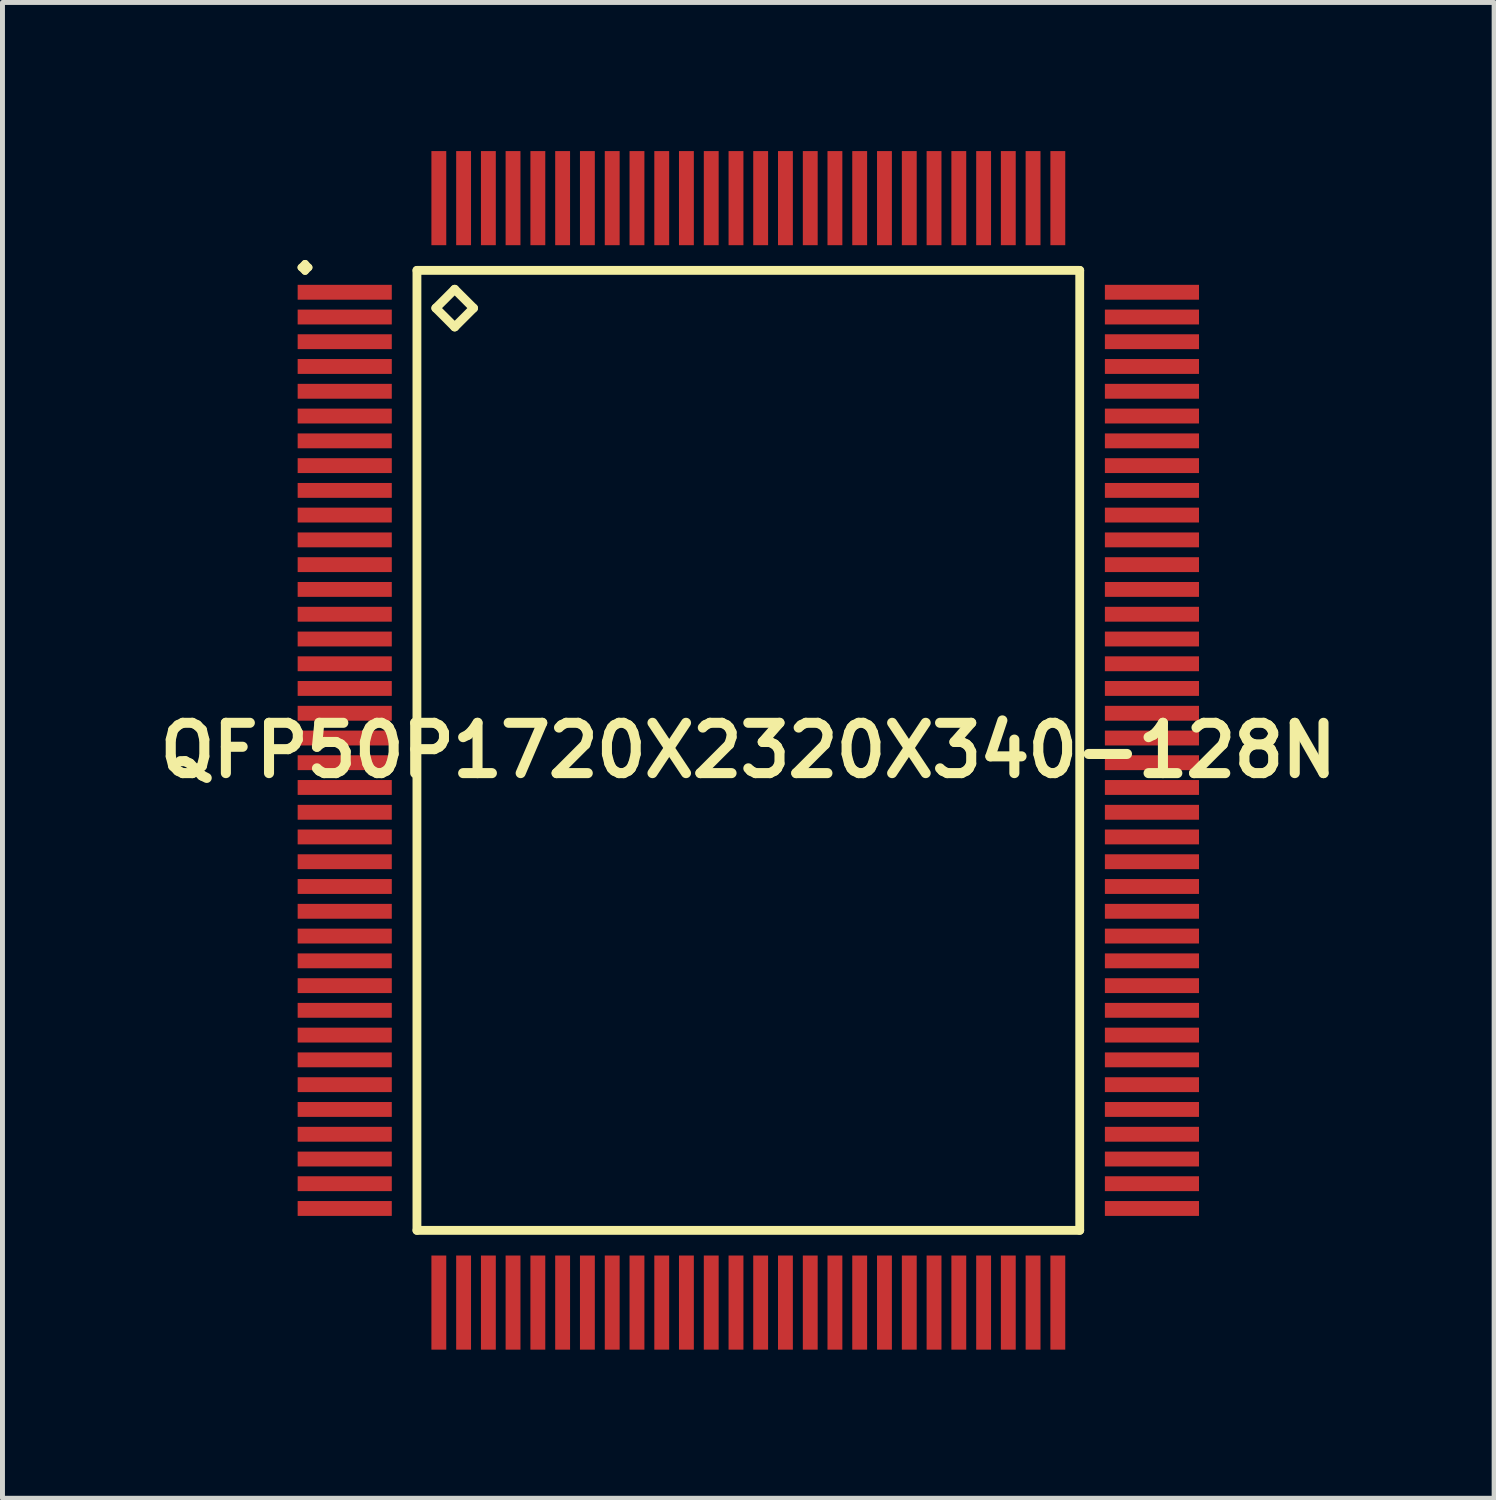
<source format=kicad_pcb>
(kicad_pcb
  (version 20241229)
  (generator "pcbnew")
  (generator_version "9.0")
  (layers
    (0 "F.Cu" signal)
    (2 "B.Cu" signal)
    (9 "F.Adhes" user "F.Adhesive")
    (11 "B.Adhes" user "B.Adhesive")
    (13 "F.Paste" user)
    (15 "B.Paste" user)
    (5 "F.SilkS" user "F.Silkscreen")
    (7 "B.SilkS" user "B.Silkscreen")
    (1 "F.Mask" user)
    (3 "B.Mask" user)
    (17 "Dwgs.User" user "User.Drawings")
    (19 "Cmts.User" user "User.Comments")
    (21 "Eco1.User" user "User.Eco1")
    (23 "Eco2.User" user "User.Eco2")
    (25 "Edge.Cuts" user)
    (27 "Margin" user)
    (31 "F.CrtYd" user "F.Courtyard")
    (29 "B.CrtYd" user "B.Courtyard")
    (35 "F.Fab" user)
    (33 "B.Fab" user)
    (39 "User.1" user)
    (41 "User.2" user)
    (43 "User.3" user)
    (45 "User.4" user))
  (footprint "QFP50P1720X2320X340-128N"
    (layer "F.Cu")
    (at 12.057 12.098)
    (property "Reference" "QFP50P1720X2320X340-128N" (at 0 0 0) (layer "F.SilkS") (effects (font (size 1.016 1.016) (thickness 0.203))))
    (attr smd)
    (fp_line (start -9.025 -9.749) (end -8.948 -9.825) (stroke (width 0.15) (type solid)) (layer "F.SilkS"))
    (fp_line (start -8.948 -9.825) (end -8.875 -9.749) (stroke (width 0.15) (type solid)) (layer "F.SilkS"))
    (fp_line (start -8.948 -9.675) (end -9.025 -9.749) (stroke (width 0.15) (type solid)) (layer "F.SilkS"))
    (fp_line (start -8.875 -9.749) (end -8.948 -9.675) (stroke (width 0.15) (type solid)) (layer "F.SilkS"))
    (fp_line (start -6.69 -9.69) (end -6.69 9.69) (stroke (width 0.178) (type solid)) (layer "F.SilkS"))
    (fp_line (start -6.69 9.69) (end 6.69 9.69) (stroke (width 0.178) (type solid)) (layer "F.SilkS"))
    (fp_line (start -6.309 -8.928) (end -5.928 -9.309) (stroke (width 0.178) (type solid)) (layer "F.SilkS"))
    (fp_line (start -5.928 -9.309) (end -5.547 -8.928) (stroke (width 0.178) (type solid)) (layer "F.SilkS"))
    (fp_line (start -5.928 -8.547) (end -6.309 -8.928) (stroke (width 0.178) (type solid)) (layer "F.SilkS"))
    (fp_line (start -5.547 -8.928) (end -5.928 -8.547) (stroke (width 0.178) (type solid)) (layer "F.SilkS"))
    (fp_line (start 6.69 -9.69) (end -6.69 -9.69) (stroke (width 0.178) (type solid)) (layer "F.SilkS"))
    (fp_line (start 6.69 9.69) (end 6.69 -9.69) (stroke (width 0.178) (type solid)) (layer "F.SilkS"))
    (pad "1" smd rect (at -8.148 -9.248) (size 1.9 0.3) (layers "F.Cu" "F.Mask" "F.Paste"))
    (pad "2" smd rect (at -8.148 -8.748) (size 1.9 0.3) (layers "F.Cu" "F.Mask" "F.Paste"))
    (pad "3" smd rect (at -8.148 -8.25) (size 1.9 0.3) (layers "F.Cu" "F.Mask" "F.Paste"))
    (pad "4" smd rect (at -8.148 -7.75) (size 1.9 0.3) (layers "F.Cu" "F.Mask" "F.Paste"))
    (pad "5" smd rect (at -8.148 -7.249) (size 1.9 0.3) (layers "F.Cu" "F.Mask" "F.Paste"))
    (pad "6" smd rect (at -8.148 -6.749) (size 1.9 0.3) (layers "F.Cu" "F.Mask" "F.Paste"))
    (pad "7" smd rect (at -8.148 -6.248) (size 1.9 0.3) (layers "F.Cu" "F.Mask" "F.Paste"))
    (pad "8" smd rect (at -8.148 -5.748) (size 1.9 0.3) (layers "F.Cu" "F.Mask" "F.Paste"))
    (pad "9" smd rect (at -8.148 -5.248) (size 1.9 0.3) (layers "F.Cu" "F.Mask" "F.Paste"))
    (pad "10" smd rect (at -8.148 -4.75) (size 1.9 0.3) (layers "F.Cu" "F.Mask" "F.Paste"))
    (pad "11" smd rect (at -8.148 -4.249) (size 1.9 0.3) (layers "F.Cu" "F.Mask" "F.Paste"))
    (pad "12" smd rect (at -8.148 -3.749) (size 1.9 0.3) (layers "F.Cu" "F.Mask" "F.Paste"))
    (pad "13" smd rect (at -8.148 -3.249) (size 1.9 0.3) (layers "F.Cu" "F.Mask" "F.Paste"))
    (pad "14" smd rect (at -8.148 -2.748) (size 1.9 0.3) (layers "F.Cu" "F.Mask" "F.Paste"))
    (pad "15" smd rect (at -8.148 -2.248) (size 1.9 0.3) (layers "F.Cu" "F.Mask" "F.Paste"))
    (pad "16" smd rect (at -8.148 -1.748) (size 1.9 0.3) (layers "F.Cu" "F.Mask" "F.Paste"))
    (pad "17" smd rect (at -8.148 -1.25) (size 1.9 0.3) (layers "F.Cu" "F.Mask" "F.Paste"))
    (pad "18" smd rect (at -8.148 -0.749) (size 1.9 0.3) (layers "F.Cu" "F.Mask" "F.Paste"))
    (pad "19" smd rect (at -8.148 -0.249) (size 1.9 0.3) (layers "F.Cu" "F.Mask" "F.Paste"))
    (pad "20" smd rect (at -8.148 0.249) (size 1.9 0.3) (layers "F.Cu" "F.Mask" "F.Paste"))
    (pad "21" smd rect (at -8.148 0.749) (size 1.9 0.3) (layers "F.Cu" "F.Mask" "F.Paste"))
    (pad "22" smd rect (at -8.148 1.25) (size 1.9 0.3) (layers "F.Cu" "F.Mask" "F.Paste"))
    (pad "23" smd rect (at -8.148 1.748) (size 1.9 0.3) (layers "F.Cu" "F.Mask" "F.Paste"))
    (pad "24" smd rect (at -8.148 2.248) (size 1.9 0.3) (layers "F.Cu" "F.Mask" "F.Paste"))
    (pad "25" smd rect (at -8.148 2.748) (size 1.9 0.3) (layers "F.Cu" "F.Mask" "F.Paste"))
    (pad "26" smd rect (at -8.148 3.249) (size 1.9 0.3) (layers "F.Cu" "F.Mask" "F.Paste"))
    (pad "27" smd rect (at -8.148 3.749) (size 1.9 0.3) (layers "F.Cu" "F.Mask" "F.Paste"))
    (pad "28" smd rect (at -8.148 4.249) (size 1.9 0.3) (layers "F.Cu" "F.Mask" "F.Paste"))
    (pad "29" smd rect (at -8.148 4.75) (size 1.9 0.3) (layers "F.Cu" "F.Mask" "F.Paste"))
    (pad "30" smd rect (at -8.148 5.248) (size 1.9 0.3) (layers "F.Cu" "F.Mask" "F.Paste"))
    (pad "31" smd rect (at -8.148 5.748) (size 1.9 0.3) (layers "F.Cu" "F.Mask" "F.Paste"))
    (pad "32" smd rect (at -8.148 6.248) (size 1.9 0.3) (layers "F.Cu" "F.Mask" "F.Paste"))
    (pad "33" smd rect (at -8.148 6.749) (size 1.9 0.3) (layers "F.Cu" "F.Mask" "F.Paste"))
    (pad "34" smd rect (at -8.148 7.249) (size 1.9 0.3) (layers "F.Cu" "F.Mask" "F.Paste"))
    (pad "35" smd rect (at -8.148 7.75) (size 1.9 0.3) (layers "F.Cu" "F.Mask" "F.Paste"))
    (pad "36" smd rect (at -8.148 8.25) (size 1.9 0.3) (layers "F.Cu" "F.Mask" "F.Paste"))
    (pad "37" smd rect (at -8.148 8.748) (size 1.9 0.3) (layers "F.Cu" "F.Mask" "F.Paste"))
    (pad "38" smd rect (at -8.148 9.248) (size 1.9 0.3) (layers "F.Cu" "F.Mask" "F.Paste"))
    (pad "39" smd rect (at -6.248 11.148) (size 0.3 1.9) (layers "F.Cu" "F.Mask" "F.Paste"))
    (pad "40" smd rect (at -5.748 11.148) (size 0.3 1.9) (layers "F.Cu" "F.Mask" "F.Paste"))
    (pad "41" smd rect (at -5.248 11.148) (size 0.3 1.9) (layers "F.Cu" "F.Mask" "F.Paste"))
    (pad "42" smd rect (at -4.75 11.148) (size 0.3 1.9) (layers "F.Cu" "F.Mask" "F.Paste"))
    (pad "43" smd rect (at -4.249 11.148) (size 0.3 1.9) (layers "F.Cu" "F.Mask" "F.Paste"))
    (pad "44" smd rect (at -3.749 11.148) (size 0.3 1.9) (layers "F.Cu" "F.Mask" "F.Paste"))
    (pad "45" smd rect (at -3.249 11.148) (size 0.3 1.9) (layers "F.Cu" "F.Mask" "F.Paste"))
    (pad "46" smd rect (at -2.748 11.148) (size 0.3 1.9) (layers "F.Cu" "F.Mask" "F.Paste"))
    (pad "47" smd rect (at -2.248 11.148) (size 0.3 1.9) (layers "F.Cu" "F.Mask" "F.Paste"))
    (pad "48" smd rect (at -1.748 11.148) (size 0.3 1.9) (layers "F.Cu" "F.Mask" "F.Paste"))
    (pad "49" smd rect (at -1.25 11.148) (size 0.3 1.9) (layers "F.Cu" "F.Mask" "F.Paste"))
    (pad "50" smd rect (at -0.749 11.148) (size 0.3 1.9) (layers "F.Cu" "F.Mask" "F.Paste"))
    (pad "51" smd rect (at -0.249 11.148) (size 0.3 1.9) (layers "F.Cu" "F.Mask" "F.Paste"))
    (pad "52" smd rect (at 0.249 11.148) (size 0.3 1.9) (layers "F.Cu" "F.Mask" "F.Paste"))
    (pad "53" smd rect (at 0.749 11.148) (size 0.3 1.9) (layers "F.Cu" "F.Mask" "F.Paste"))
    (pad "54" smd rect (at 1.25 11.148) (size 0.3 1.9) (layers "F.Cu" "F.Mask" "F.Paste"))
    (pad "55" smd rect (at 1.748 11.148) (size 0.3 1.9) (layers "F.Cu" "F.Mask" "F.Paste"))
    (pad "56" smd rect (at 2.248 11.148) (size 0.3 1.9) (layers "F.Cu" "F.Mask" "F.Paste"))
    (pad "57" smd rect (at 2.748 11.148) (size 0.3 1.9) (layers "F.Cu" "F.Mask" "F.Paste"))
    (pad "58" smd rect (at 3.249 11.148) (size 0.3 1.9) (layers "F.Cu" "F.Mask" "F.Paste"))
    (pad "59" smd rect (at 3.749 11.148) (size 0.3 1.9) (layers "F.Cu" "F.Mask" "F.Paste"))
    (pad "60" smd rect (at 4.249 11.148) (size 0.3 1.9) (layers "F.Cu" "F.Mask" "F.Paste"))
    (pad "61" smd rect (at 4.75 11.148) (size 0.3 1.9) (layers "F.Cu" "F.Mask" "F.Paste"))
    (pad "62" smd rect (at 5.248 11.148) (size 0.3 1.9) (layers "F.Cu" "F.Mask" "F.Paste"))
    (pad "63" smd rect (at 5.748 11.148) (size 0.3 1.9) (layers "F.Cu" "F.Mask" "F.Paste"))
    (pad "64" smd rect (at 6.248 11.148) (size 0.3 1.9) (layers "F.Cu" "F.Mask" "F.Paste"))
    (pad "65" smd rect (at 8.148 9.248) (size 1.9 0.3) (layers "F.Cu" "F.Mask" "F.Paste"))
    (pad "66" smd rect (at 8.148 8.748) (size 1.9 0.3) (layers "F.Cu" "F.Mask" "F.Paste"))
    (pad "67" smd rect (at 8.148 8.25) (size 1.9 0.3) (layers "F.Cu" "F.Mask" "F.Paste"))
    (pad "68" smd rect (at 8.148 7.75) (size 1.9 0.3) (layers "F.Cu" "F.Mask" "F.Paste"))
    (pad "69" smd rect (at 8.148 7.249) (size 1.9 0.3) (layers "F.Cu" "F.Mask" "F.Paste"))
    (pad "70" smd rect (at 8.148 6.749) (size 1.9 0.3) (layers "F.Cu" "F.Mask" "F.Paste"))
    (pad "71" smd rect (at 8.148 6.248) (size 1.9 0.3) (layers "F.Cu" "F.Mask" "F.Paste"))
    (pad "72" smd rect (at 8.148 5.748) (size 1.9 0.3) (layers "F.Cu" "F.Mask" "F.Paste"))
    (pad "73" smd rect (at 8.148 5.248) (size 1.9 0.3) (layers "F.Cu" "F.Mask" "F.Paste"))
    (pad "74" smd rect (at 8.148 4.75) (size 1.9 0.3) (layers "F.Cu" "F.Mask" "F.Paste"))
    (pad "75" smd rect (at 8.148 4.249) (size 1.9 0.3) (layers "F.Cu" "F.Mask" "F.Paste"))
    (pad "76" smd rect (at 8.148 3.749) (size 1.9 0.3) (layers "F.Cu" "F.Mask" "F.Paste"))
    (pad "77" smd rect (at 8.148 3.249) (size 1.9 0.3) (layers "F.Cu" "F.Mask" "F.Paste"))
    (pad "78" smd rect (at 8.148 2.748) (size 1.9 0.3) (layers "F.Cu" "F.Mask" "F.Paste"))
    (pad "79" smd rect (at 8.148 2.248) (size 1.9 0.3) (layers "F.Cu" "F.Mask" "F.Paste"))
    (pad "80" smd rect (at 8.148 1.748) (size 1.9 0.3) (layers "F.Cu" "F.Mask" "F.Paste"))
    (pad "81" smd rect (at 8.148 1.25) (size 1.9 0.3) (layers "F.Cu" "F.Mask" "F.Paste"))
    (pad "82" smd rect (at 8.148 0.749) (size 1.9 0.3) (layers "F.Cu" "F.Mask" "F.Paste"))
    (pad "83" smd rect (at 8.148 0.249) (size 1.9 0.3) (layers "F.Cu" "F.Mask" "F.Paste"))
    (pad "84" smd rect (at 8.148 -0.249) (size 1.9 0.3) (layers "F.Cu" "F.Mask" "F.Paste"))
    (pad "85" smd rect (at 8.148 -0.749) (size 1.9 0.3) (layers "F.Cu" "F.Mask" "F.Paste"))
    (pad "86" smd rect (at 8.148 -1.25) (size 1.9 0.3) (layers "F.Cu" "F.Mask" "F.Paste"))
    (pad "87" smd rect (at 8.148 -1.748) (size 1.9 0.3) (layers "F.Cu" "F.Mask" "F.Paste"))
    (pad "88" smd rect (at 8.148 -2.248) (size 1.9 0.3) (layers "F.Cu" "F.Mask" "F.Paste"))
    (pad "89" smd rect (at 8.148 -2.748) (size 1.9 0.3) (layers "F.Cu" "F.Mask" "F.Paste"))
    (pad "90" smd rect (at 8.148 -3.249) (size 1.9 0.3) (layers "F.Cu" "F.Mask" "F.Paste"))
    (pad "91" smd rect (at 8.148 -3.749) (size 1.9 0.3) (layers "F.Cu" "F.Mask" "F.Paste"))
    (pad "92" smd rect (at 8.148 -4.249) (size 1.9 0.3) (layers "F.Cu" "F.Mask" "F.Paste"))
    (pad "93" smd rect (at 8.148 -4.75) (size 1.9 0.3) (layers "F.Cu" "F.Mask" "F.Paste"))
    (pad "94" smd rect (at 8.148 -5.248) (size 1.9 0.3) (layers "F.Cu" "F.Mask" "F.Paste"))
    (pad "95" smd rect (at 8.148 -5.748) (size 1.9 0.3) (layers "F.Cu" "F.Mask" "F.Paste"))
    (pad "96" smd rect (at 8.148 -6.248) (size 1.9 0.3) (layers "F.Cu" "F.Mask" "F.Paste"))
    (pad "97" smd rect (at 8.148 -6.749) (size 1.9 0.3) (layers "F.Cu" "F.Mask" "F.Paste"))
    (pad "98" smd rect (at 8.148 -7.249) (size 1.9 0.3) (layers "F.Cu" "F.Mask" "F.Paste"))
    (pad "99" smd rect (at 8.148 -7.75) (size 1.9 0.3) (layers "F.Cu" "F.Mask" "F.Paste"))
    (pad "100" smd rect (at 8.148 -8.25) (size 1.9 0.3) (layers "F.Cu" "F.Mask" "F.Paste"))
    (pad "101" smd rect (at 8.148 -8.748) (size 1.9 0.3) (layers "F.Cu" "F.Mask" "F.Paste"))
    (pad "102" smd rect (at 8.148 -9.248) (size 1.9 0.3) (layers "F.Cu" "F.Mask" "F.Paste"))
    (pad "103" smd rect (at 6.248 -11.148) (size 0.3 1.9) (layers "F.Cu" "F.Mask" "F.Paste"))
    (pad "104" smd rect (at 5.748 -11.148) (size 0.3 1.9) (layers "F.Cu" "F.Mask" "F.Paste"))
    (pad "105" smd rect (at 5.248 -11.148) (size 0.3 1.9) (layers "F.Cu" "F.Mask" "F.Paste"))
    (pad "106" smd rect (at 4.75 -11.148) (size 0.3 1.9) (layers "F.Cu" "F.Mask" "F.Paste"))
    (pad "107" smd rect (at 4.249 -11.148) (size 0.3 1.9) (layers "F.Cu" "F.Mask" "F.Paste"))
    (pad "108" smd rect (at 3.749 -11.148) (size 0.3 1.9) (layers "F.Cu" "F.Mask" "F.Paste"))
    (pad "109" smd rect (at 3.249 -11.148) (size 0.3 1.9) (layers "F.Cu" "F.Mask" "F.Paste"))
    (pad "110" smd rect (at 2.748 -11.148) (size 0.3 1.9) (layers "F.Cu" "F.Mask" "F.Paste"))
    (pad "111" smd rect (at 2.248 -11.148) (size 0.3 1.9) (layers "F.Cu" "F.Mask" "F.Paste"))
    (pad "112" smd rect (at 1.748 -11.148) (size 0.3 1.9) (layers "F.Cu" "F.Mask" "F.Paste"))
    (pad "113" smd rect (at 1.25 -11.148) (size 0.3 1.9) (layers "F.Cu" "F.Mask" "F.Paste"))
    (pad "114" smd rect (at 0.749 -11.148) (size 0.3 1.9) (layers "F.Cu" "F.Mask" "F.Paste"))
    (pad "115" smd rect (at 0.249 -11.148) (size 0.3 1.9) (layers "F.Cu" "F.Mask" "F.Paste"))
    (pad "116" smd rect (at -0.249 -11.148) (size 0.3 1.9) (layers "F.Cu" "F.Mask" "F.Paste"))
    (pad "117" smd rect (at -0.749 -11.148) (size 0.3 1.9) (layers "F.Cu" "F.Mask" "F.Paste"))
    (pad "118" smd rect (at -1.25 -11.148) (size 0.3 1.9) (layers "F.Cu" "F.Mask" "F.Paste"))
    (pad "119" smd rect (at -1.748 -11.148) (size 0.3 1.9) (layers "F.Cu" "F.Mask" "F.Paste"))
    (pad "120" smd rect (at -2.248 -11.148) (size 0.3 1.9) (layers "F.Cu" "F.Mask" "F.Paste"))
    (pad "121" smd rect (at -2.748 -11.148) (size 0.3 1.9) (layers "F.Cu" "F.Mask" "F.Paste"))
    (pad "122" smd rect (at -3.249 -11.148) (size 0.3 1.9) (layers "F.Cu" "F.Mask" "F.Paste"))
    (pad "123" smd rect (at -3.749 -11.148) (size 0.3 1.9) (layers "F.Cu" "F.Mask" "F.Paste"))
    (pad "124" smd rect (at -4.249 -11.148) (size 0.3 1.9) (layers "F.Cu" "F.Mask" "F.Paste"))
    (pad "125" smd rect (at -4.75 -11.148) (size 0.3 1.9) (layers "F.Cu" "F.Mask" "F.Paste"))
    (pad "126" smd rect (at -5.248 -11.148) (size 0.3 1.9) (layers "F.Cu" "F.Mask" "F.Paste"))
    (pad "127" smd rect (at -5.748 -11.148) (size 0.3 1.9) (layers "F.Cu" "F.Mask" "F.Paste"))
    (pad "128" smd rect (at -6.248 -11.148) (size 0.3 1.9) (layers "F.Cu" "F.Mask" "F.Paste")))
  (gr_rect
    (start -3 -3)
    (end 27.113 27.196)
    (stroke (width 0.1) (type default))
    (fill no)
    (layer "Edge.Cuts")))
</source>
